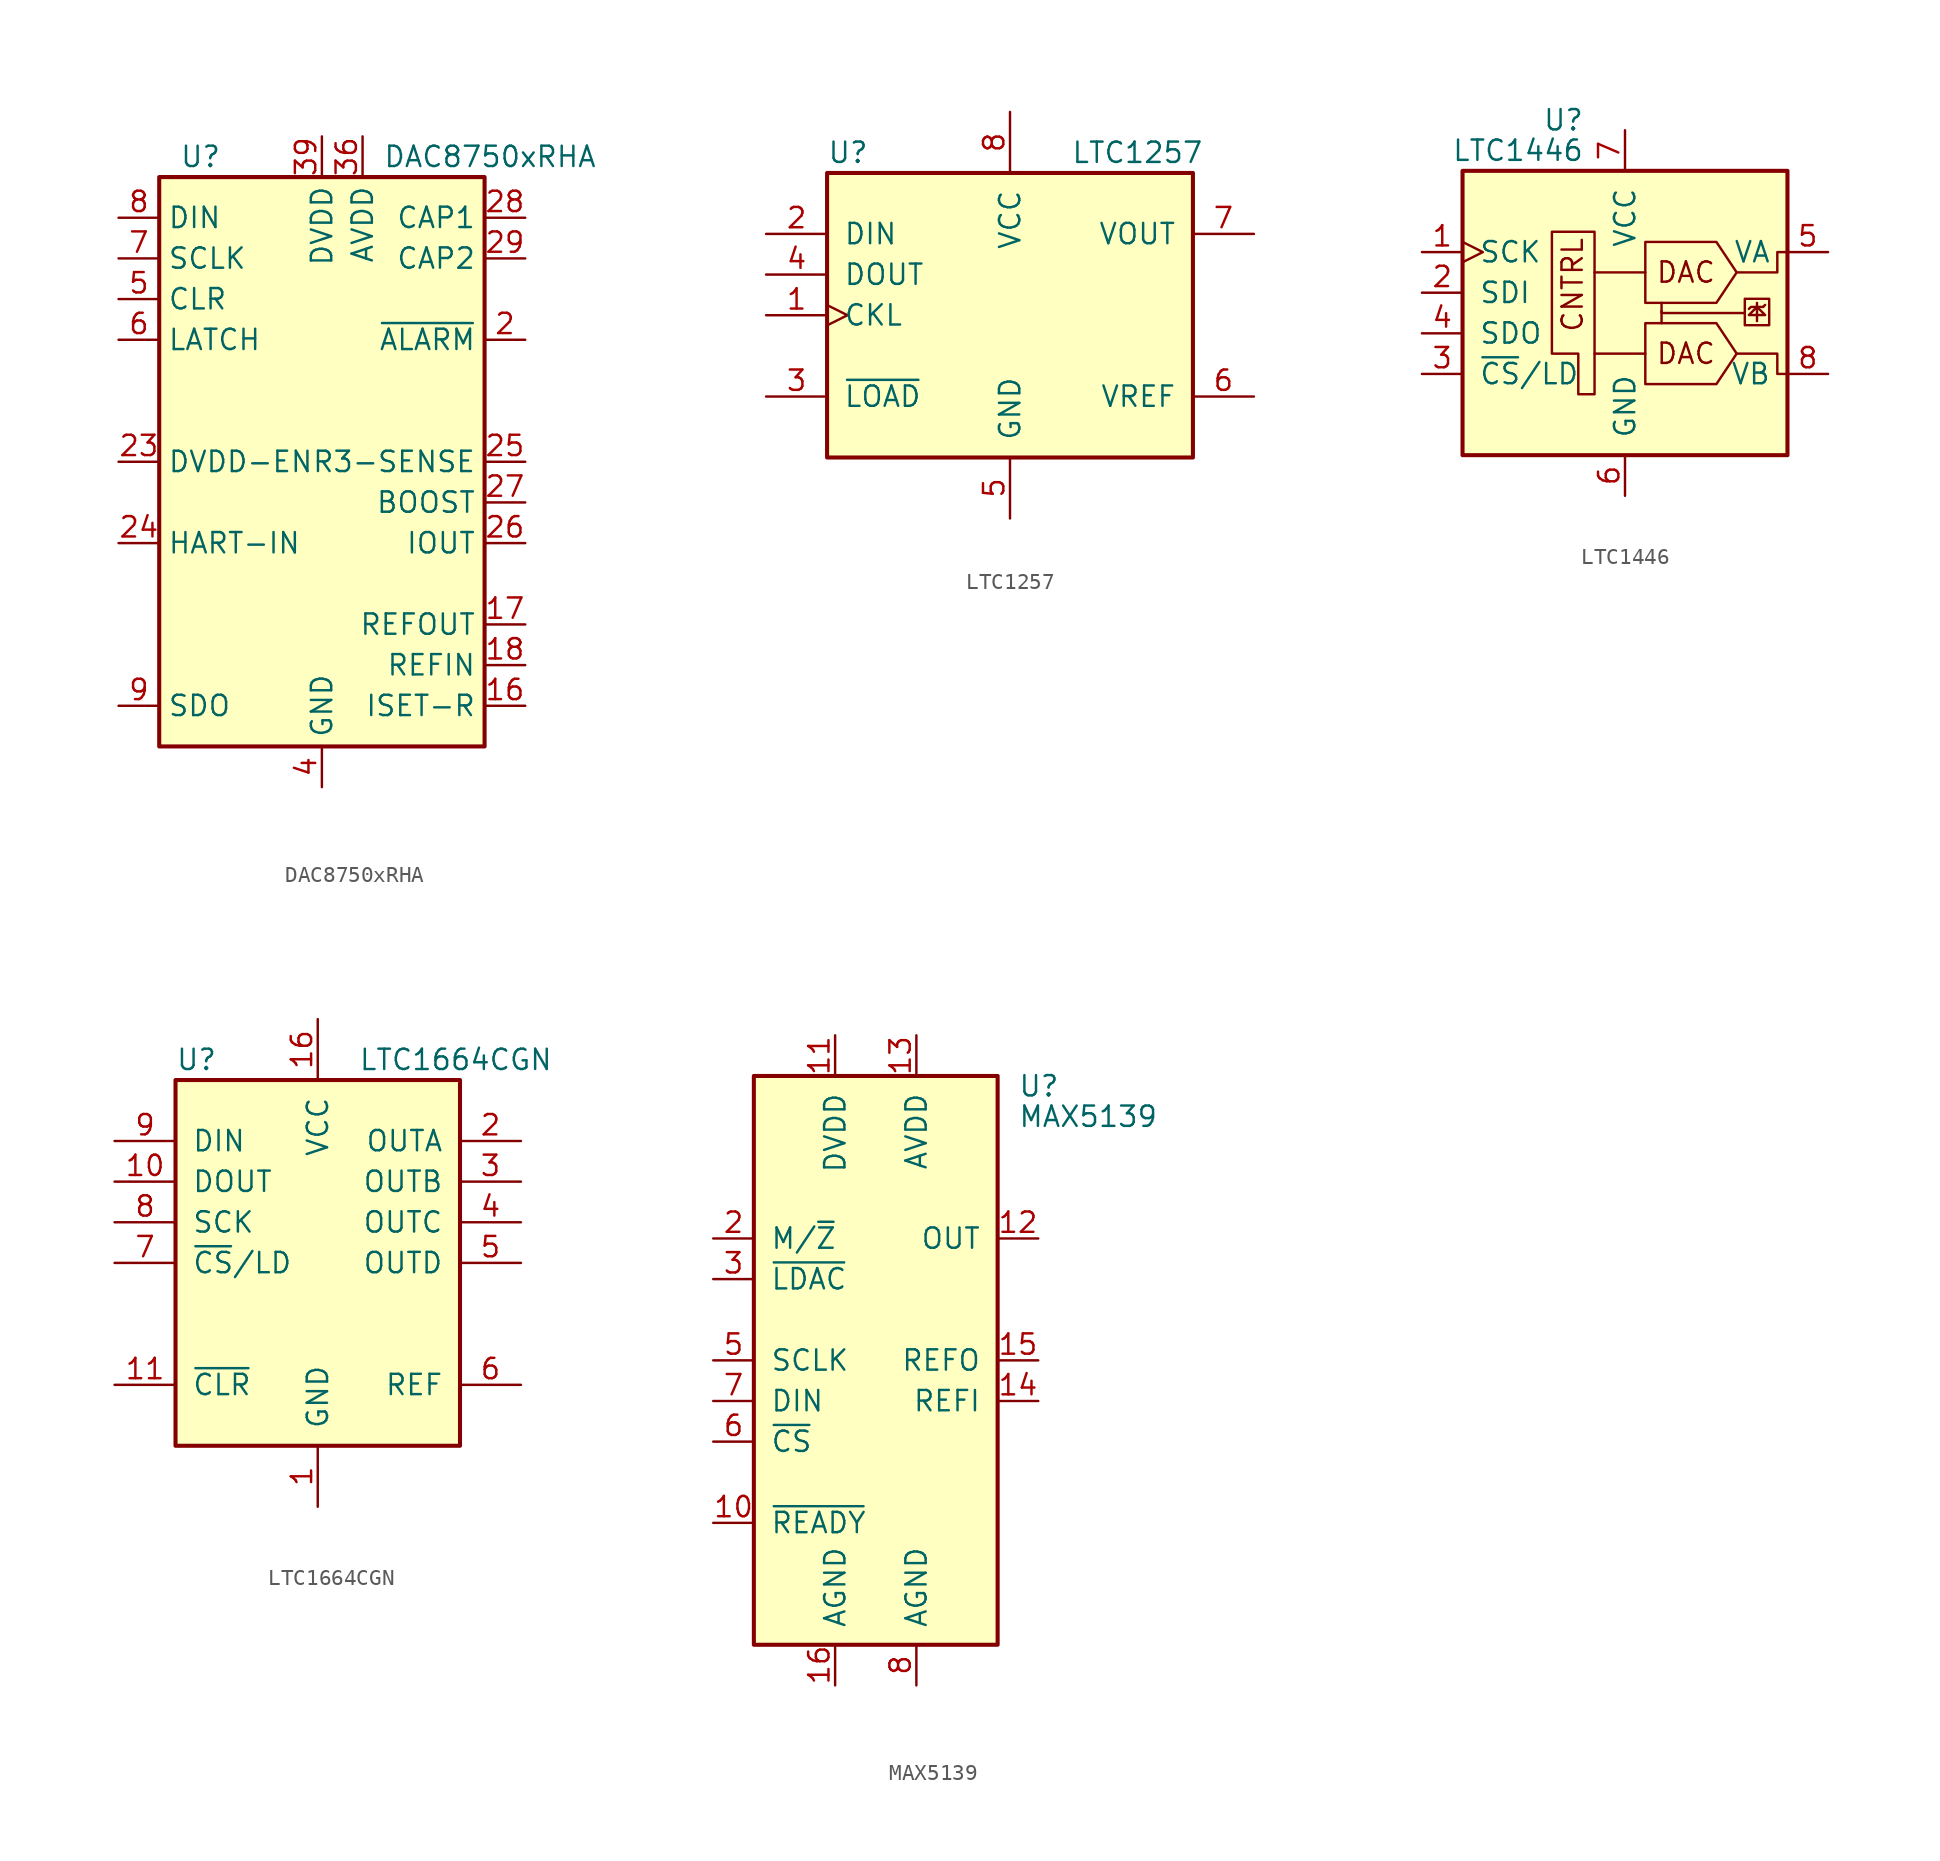
<source format=kicad_sym>
(kicad_symbol_lib
  (version 20220914)
  (generator kicad_symbol_editor)
  (symbol "DAC8750xRHA"
    (property "Reference" "U"
      (at -8.89 19.05 0)
      (effects (font (size 1.27 1.27)) (justify left)))
    (property "Value" "DAC8750xRHA"
      (at 3.81 19.05 0)
      (effects (font (size 1.27 1.27)) (justify left)))
    (symbol "DAC8750xRHA_1_1"
      (rectangle (start -10.16 17.78) (end 10.16 -17.78) (stroke (width 0.254) (type default)) (fill (type background)))
      (pin no_connect line (at -10.16 -2.54 0) (length 2.54) hide (name "NC" (effects (font (size 1.27 1.27)))) (number "1" (effects (font (size 1.27 1.27)))))
      (pin no_connect line (at -10.16 -12.7 0) (length 2.54) hide (name "NC" (effects (font (size 1.27 1.27)))) (number "10" (effects (font (size 1.27 1.27)))))
      (pin no_connect line (at -5.08 17.78 270) (length 2.54) hide (name "NC" (effects (font (size 1.27 1.27)))) (number "11" (effects (font (size 1.27 1.27)))))
      (pin passive line (at 0 -20.32 90) (length 2.54) hide (name "GND" (effects (font (size 1.27 1.27)))) (number "12" (effects (font (size 1.27 1.27)))))
      (pin passive line (at 0 -20.32 90) (length 2.54) hide (name "GND" (effects (font (size 1.27 1.27)))) (number "13" (effects (font (size 1.27 1.27)))))
      (pin passive line (at 0 -20.32 90) (length 2.54) hide (name "GND" (effects (font (size 1.27 1.27)))) (number "14" (effects (font (size 1.27 1.27)))))
      (pin passive line (at 0 -20.32 90) (length 2.54) hide (name "GND" (effects (font (size 1.27 1.27)))) (number "15" (effects (font (size 1.27 1.27)))))
      (pin passive line (at 12.7 -15.24 180) (length 2.54) (name "ISET-R" (effects (font (size 1.27 1.27)))) (number "16" (effects (font (size 1.27 1.27)))))
      (pin output line (at 12.7 -10.16 180) (length 2.54) (name "REFOUT" (effects (font (size 1.27 1.27)))) (number "17" (effects (font (size 1.27 1.27)))))
      (pin input line (at 12.7 -12.7 180) (length 2.54) (name "REFIN" (effects (font (size 1.27 1.27)))) (number "18" (effects (font (size 1.27 1.27)))))
      (pin no_connect line (at 10.16 -7.62 180) (length 2.54) hide (name "NC" (effects (font (size 1.27 1.27)))) (number "19" (effects (font (size 1.27 1.27)))))
      (pin open_collector line (at 12.7 7.62 180) (length 2.54) (name "~{ALARM}" (effects (font (size 1.27 1.27)))) (number "2" (effects (font (size 1.27 1.27)))))
      (pin no_connect line (at 10.16 10.16 180) (length 2.54) hide (name "NC" (effects (font (size 1.27 1.27)))) (number "20" (effects (font (size 1.27 1.27)))))
      (pin no_connect line (at -10.16 2.54 0) (length 2.54) hide (name "NC" (effects (font (size 1.27 1.27)))) (number "21" (effects (font (size 1.27 1.27)))))
      (pin no_connect line (at -2.54 17.78 270) (length 2.54) hide (name "NC" (effects (font (size 1.27 1.27)))) (number "22" (effects (font (size 1.27 1.27)))))
      (pin input line (at -12.7 0 0) (length 2.54) (name "DVDD-EN" (effects (font (size 1.27 1.27)))) (number "23" (effects (font (size 1.27 1.27)))))
      (pin input line (at -12.7 -5.08 0) (length 2.54) (name "HART-IN" (effects (font (size 1.27 1.27)))) (number "24" (effects (font (size 1.27 1.27)))))
      (pin output line (at 12.7 0 180) (length 2.54) (name "R3-SENSE" (effects (font (size 1.27 1.27)))) (number "25" (effects (font (size 1.27 1.27)))))
      (pin output line (at 12.7 -5.08 180) (length 2.54) (name "IOUT" (effects (font (size 1.27 1.27)))) (number "26" (effects (font (size 1.27 1.27)))))
      (pin output line (at 12.7 -2.54 180) (length 2.54) (name "BOOST" (effects (font (size 1.27 1.27)))) (number "27" (effects (font (size 1.27 1.27)))))
      (pin passive line (at 12.7 15.24 180) (length 2.54) (name "CAP1" (effects (font (size 1.27 1.27)))) (number "28" (effects (font (size 1.27 1.27)))))
      (pin passive line (at 12.7 12.7 180) (length 2.54) (name "CAP2" (effects (font (size 1.27 1.27)))) (number "29" (effects (font (size 1.27 1.27)))))
      (pin passive line (at 0 -20.32 90) (length 2.54) hide (name "GND" (effects (font (size 1.27 1.27)))) (number "3" (effects (font (size 1.27 1.27)))))
      (pin no_connect line (at -5.08 -17.78 90) (length 2.54) hide (name "NC" (effects (font (size 1.27 1.27)))) (number "30" (effects (font (size 1.27 1.27)))))
      (pin no_connect line (at -2.54 -17.78 90) (length 2.54) hide (name "NC" (effects (font (size 1.27 1.27)))) (number "31" (effects (font (size 1.27 1.27)))))
      (pin no_connect line (at 2.54 -17.78 90) (length 2.54) hide (name "NC" (effects (font (size 1.27 1.27)))) (number "32" (effects (font (size 1.27 1.27)))))
      (pin no_connect line (at 5.08 -17.78 90) (length 2.54) hide (name "NC" (effects (font (size 1.27 1.27)))) (number "33" (effects (font (size 1.27 1.27)))))
      (pin no_connect line (at 10.16 2.54 180) (length 2.54) hide (name "NC" (effects (font (size 1.27 1.27)))) (number "34" (effects (font (size 1.27 1.27)))))
      (pin no_connect line (at 10.16 5.08 180) (length 2.54) hide (name "NC" (effects (font (size 1.27 1.27)))) (number "35" (effects (font (size 1.27 1.27)))))
      (pin power_in line (at 2.54 20.32 270) (length 2.54) (name "AVDD" (effects (font (size 1.27 1.27)))) (number "36" (effects (font (size 1.27 1.27)))))
      (pin passive line (at 0 -20.32 90) (length 2.54) hide (name "GND" (effects (font (size 1.27 1.27)))) (number "37" (effects (font (size 1.27 1.27)))))
      (pin no_connect line (at -10.16 -10.16 0) (length 2.54) hide (name "NC" (effects (font (size 1.27 1.27)))) (number "38" (effects (font (size 1.27 1.27)))))
      (pin power_in line (at 0 20.32 270) (length 2.54) (name "DVDD" (effects (font (size 1.27 1.27)))) (number "39" (effects (font (size 1.27 1.27)))))
      (pin power_in line (at 0 -20.32 90) (length 2.54) (name "GND" (effects (font (size 1.27 1.27)))) (number "4" (effects (font (size 1.27 1.27)))))
      (pin no_connect line (at -10.16 -7.62 0) (length 2.54) hide (name "NC" (effects (font (size 1.27 1.27)))) (number "40" (effects (font (size 1.27 1.27)))))
      (pin passive line (at 0 -20.32 90) (length 2.54) hide (name "GND" (effects (font (size 1.27 1.27)))) (number "41" (effects (font (size 1.27 1.27)))))
      (pin input line (at -12.7 10.16 0) (length 2.54) (name "CLR" (effects (font (size 1.27 1.27)))) (number "5" (effects (font (size 1.27 1.27)))))
      (pin input line (at -12.7 7.62 0) (length 2.54) (name "LATCH" (effects (font (size 1.27 1.27)))) (number "6" (effects (font (size 1.27 1.27)))))
      (pin input line (at -12.7 12.7 0) (length 2.54) (name "SCLK" (effects (font (size 1.27 1.27)))) (number "7" (effects (font (size 1.27 1.27)))))
      (pin input line (at -12.7 15.24 0) (length 2.54) (name "DIN" (effects (font (size 1.27 1.27)))) (number "8" (effects (font (size 1.27 1.27)))))
      (pin output line (at -12.7 -15.24 0) (length 2.54) (name "SDO" (effects (font (size 1.27 1.27)))) (number "9" (effects (font (size 1.27 1.27)))))))
  (symbol "LTC1257"
    (pin_names
      (offset 1.016))
    (property "Reference" "U"
      (at -11.43 10.16 0)
      (effects (font (size 1.27 1.27)) (justify left)))
    (property "Value" "LTC1257"
      (at 3.81 10.16 0)
      (effects (font (size 1.27 1.27)) (justify left)))
    (symbol "LTC1257_0_1"
      (rectangle (start -11.43 8.89) (end 11.43 -8.89) (stroke (width 0.254) (type default)) (fill (type background))))
    (symbol "LTC1257_1_1"
      (pin input clock (at -15.24 0 0) (length 3.81) (name "CKL" (effects (font (size 1.27 1.27)))) (number "1" (effects (font (size 1.27 1.27)))))
      (pin input line (at -15.24 5.08 0) (length 3.81) (name "DIN" (effects (font (size 1.27 1.27)))) (number "2" (effects (font (size 1.27 1.27)))))
      (pin input line (at -15.24 -5.08 0) (length 3.81) (name "~{LOAD}" (effects (font (size 1.27 1.27)))) (number "3" (effects (font (size 1.27 1.27)))))
      (pin output line (at -15.24 2.54 0) (length 3.81) (name "DOUT" (effects (font (size 1.27 1.27)))) (number "4" (effects (font (size 1.27 1.27)))))
      (pin power_in line (at 0 -12.7 90) (length 3.81) (name "GND" (effects (font (size 1.27 1.27)))) (number "5" (effects (font (size 1.27 1.27)))))
      (pin bidirectional line (at 15.24 -5.08 180) (length 3.81) (name "VREF" (effects (font (size 1.27 1.27)))) (number "6" (effects (font (size 1.27 1.27)))))
      (pin output line (at 15.24 5.08 180) (length 3.81) (name "VOUT" (effects (font (size 1.27 1.27)))) (number "7" (effects (font (size 1.27 1.27)))))
      (pin power_in line (at 0 12.7 270) (length 3.81) (name "VCC" (effects (font (size 1.27 1.27)))) (number "8" (effects (font (size 1.27 1.27)))))))
  (symbol "LTC1446"
    (pin_names
      (offset 1.016))
    (property "Reference" "U"
      (at -2.54 10.795 0)
      (effects (font (size 1.27 1.27)) (justify right)))
    (property "Value" "LTC1446"
      (at -2.54 8.89 0)
      (effects (font (size 1.27 1.27)) (justify right)))
    (symbol "LTC1446_0_0"
      (polyline (pts (xy 2.286 -1.143) (xy 2.286 -1.905)) (stroke (width 0) (type default)) (fill (type none)))
      (polyline (pts (xy 8.255 -1.778) (xy 8.255 -0.635)) (stroke (width 0) (type default)) (fill (type none)))
      (polyline (pts (xy 8.636 -0.889) (xy 8.763 -0.762)) (stroke (width 0) (type default)) (fill (type none)))
      (polyline (pts (xy 7.493 -1.27) (xy 2.286 -1.27) (xy 2.286 -0.635)) (stroke (width 0) (type default)) (fill (type none)))
      (polyline (pts (xy 8.636 -0.889) (xy 7.874 -0.889) (xy 7.747 -1.016)) (stroke (width 0) (type default)) (fill (type none)))
      (polyline (pts (xy 6.985 -3.81) (xy 9.525 -3.81) (xy 9.525 -5.08) (xy 10.16 -5.08)) (stroke (width 0) (type default)) (fill (type none)))
      (polyline (pts (xy 6.985 1.27) (xy 9.525 1.27) (xy 9.525 2.54) (xy 10.16 2.54)) (stroke (width 0) (type default)) (fill (type none)))
      (polyline (pts (xy 8.255 -0.889) (xy 8.763 -1.397) (xy 7.747 -1.397) (xy 8.255 -0.889)) (stroke (width 0) (type default)) (fill (type none)))
      (rectangle (start 9.017 -0.381) (end 7.493 -2.032) (stroke (width 0) (type default)) (fill (type none)))
      (text "CNTRL" (at -2.54 -2.54 900) (effects (font (size 1.27 1.27)) (justify left bottom)))
      (text "DAC" (at 3.81 -3.81 0) (effects (font (size 1.27 1.27))))
      (text "DAC" (at 3.81 1.27 0) (effects (font (size 1.27 1.27)))))
    (symbol "LTC1446_0_1"
      (rectangle (start -10.16 7.62) (end 10.16 -10.16) (stroke (width 0.254) (type default)) (fill (type background)))
      (polyline (pts (xy 1.27 -3.81) (xy -1.905 -3.81)) (stroke (width 0) (type default)) (fill (type none)))
      (polyline (pts (xy 1.27 1.27) (xy -1.905 1.27)) (stroke (width 0) (type default)) (fill (type none)))
      (polyline (pts (xy 6.985 -3.81) (xy 5.715 -1.905) (xy 1.27 -1.905) (xy 1.27 -5.715) (xy 5.715 -5.715) (xy 6.985 -3.81)) (stroke (width 0) (type default)) (fill (type none)))
      (polyline (pts (xy 6.985 1.27) (xy 5.715 3.175) (xy 1.27 3.175) (xy 1.27 -0.635) (xy 5.715 -0.635) (xy 6.985 1.27)) (stroke (width 0) (type default)) (fill (type none)))
      (polyline (pts (xy -1.905 3.81) (xy -4.572 3.81) (xy -4.572 -3.81) (xy -2.921 -3.81) (xy -2.921 -6.35) (xy -1.905 -6.35) (xy -1.905 3.81)) (stroke (width 0) (type default)) (fill (type none))))
    (symbol "LTC1446_1_1"
      (pin input clock (at -12.7 2.54 0) (length 2.54) (name "SCK" (effects (font (size 1.27 1.27)))) (number "1" (effects (font (size 1.27 1.27)))))
      (pin input line (at -12.7 0 0) (length 2.54) (name "SDI" (effects (font (size 1.27 1.27)))) (number "2" (effects (font (size 1.27 1.27)))))
      (pin input line (at -12.7 -5.08 0) (length 2.54) (name "~{CS}/LD" (effects (font (size 1.27 1.27)))) (number "3" (effects (font (size 1.27 1.27)))))
      (pin output line (at -12.7 -2.54 0) (length 2.54) (name "SDO" (effects (font (size 1.27 1.27)))) (number "4" (effects (font (size 1.27 1.27)))))
      (pin output line (at 12.7 2.54 180) (length 2.54) (name "VA" (effects (font (size 1.27 1.27)))) (number "5" (effects (font (size 1.27 1.27)))))
      (pin power_in line (at 0 -12.7 90) (length 2.54) (name "GND" (effects (font (size 1.27 1.27)))) (number "6" (effects (font (size 1.27 1.27)))))
      (pin power_in line (at 0 10.16 270) (length 2.54) (name "VCC" (effects (font (size 1.27 1.27)))) (number "7" (effects (font (size 1.27 1.27)))))
      (pin output line (at 12.7 -5.08 180) (length 2.54) (name "VB" (effects (font (size 1.27 1.27)))) (number "8" (effects (font (size 1.27 1.27)))))))
  (symbol "LTC1664CGN"
    (pin_names
      (offset 1.016))
    (property "Reference" "U"
      (at -8.89 12.7 0)
      (effects (font (size 1.27 1.27)) (justify left)))
    (property "Value" "LTC1664CGN"
      (at 2.54 12.7 0)
      (effects (font (size 1.27 1.27)) (justify left)))
    (symbol "LTC1664CGN_0_1"
      (rectangle (start -8.89 11.43) (end 8.89 -11.43) (stroke (width 0.254) (type default)) (fill (type background))))
    (symbol "LTC1664CGN_1_1"
      (pin power_in line (at 0 -15.24 90) (length 3.81) (name "GND" (effects (font (size 1.27 1.27)))) (number "1" (effects (font (size 1.27 1.27)))))
      (pin output line (at -12.7 5.08 0) (length 3.81) (name "DOUT" (effects (font (size 1.27 1.27)))) (number "10" (effects (font (size 1.27 1.27)))))
      (pin input line (at -12.7 -7.62 0) (length 3.81) (name "~{CLR}" (effects (font (size 1.27 1.27)))) (number "11" (effects (font (size 1.27 1.27)))))
      (pin no_connect line (at -5.08 -11.43 90) (length 3.81) hide (name "NC" (effects (font (size 1.27 1.27)))) (number "12" (effects (font (size 1.27 1.27)))))
      (pin no_connect line (at -2.54 -11.43 90) (length 3.81) hide (name "NC" (effects (font (size 1.27 1.27)))) (number "13" (effects (font (size 1.27 1.27)))))
      (pin no_connect line (at 2.54 -11.43 90) (length 3.81) hide (name "NC" (effects (font (size 1.27 1.27)))) (number "14" (effects (font (size 1.27 1.27)))))
      (pin no_connect line (at 5.08 -11.43 90) (length 3.81) hide (name "NC" (effects (font (size 1.27 1.27)))) (number "15" (effects (font (size 1.27 1.27)))))
      (pin power_in line (at 0 15.24 270) (length 3.81) (name "VCC" (effects (font (size 1.27 1.27)))) (number "16" (effects (font (size 1.27 1.27)))))
      (pin output line (at 12.7 7.62 180) (length 3.81) (name "OUTA" (effects (font (size 1.27 1.27)))) (number "2" (effects (font (size 1.27 1.27)))))
      (pin output line (at 12.7 5.08 180) (length 3.81) (name "OUTB" (effects (font (size 1.27 1.27)))) (number "3" (effects (font (size 1.27 1.27)))))
      (pin output line (at 12.7 2.54 180) (length 3.81) (name "OUTC" (effects (font (size 1.27 1.27)))) (number "4" (effects (font (size 1.27 1.27)))))
      (pin output line (at 12.7 0 180) (length 3.81) (name "OUTD" (effects (font (size 1.27 1.27)))) (number "5" (effects (font (size 1.27 1.27)))))
      (pin input line (at 12.7 -7.62 180) (length 3.81) (name "REF" (effects (font (size 1.27 1.27)))) (number "6" (effects (font (size 1.27 1.27)))))
      (pin input line (at -12.7 0 0) (length 3.81) (name "~{CS}/LD" (effects (font (size 1.27 1.27)))) (number "7" (effects (font (size 1.27 1.27)))))
      (pin input line (at -12.7 2.54 0) (length 3.81) (name "SCK" (effects (font (size 1.27 1.27)))) (number "8" (effects (font (size 1.27 1.27)))))
      (pin input line (at -12.7 7.62 0) (length 3.81) (name "DIN" (effects (font (size 1.27 1.27)))) (number "9" (effects (font (size 1.27 1.27)))))))
  (symbol "MAX5139"
    (pin_names
      (offset 1.016))
    (property "Reference" "U"
      (at 8.89 17.145 0)
      (effects (font (size 1.27 1.27)) (justify left)))
    (property "Value" "MAX5139"
      (at 8.89 15.24 0)
      (effects (font (size 1.27 1.27)) (justify left)))
    (symbol "MAX5139_0_1"
      (rectangle (start -7.62 17.78) (end 7.62 -17.78) (stroke (width 0.254) (type default)) (fill (type background))))
    (symbol "MAX5139_1_1"
      (pin no_connect line (at 7.62 -10.16 180) (length 2.54) hide (name "NC" (effects (font (size 1.27 1.27)))) (number "1" (effects (font (size 1.27 1.27)))))
      (pin output line (at -10.16 -10.16 0) (length 2.54) (name "~{READY}" (effects (font (size 1.27 1.27)))) (number "10" (effects (font (size 1.27 1.27)))))
      (pin power_in line (at -2.54 20.32 270) (length 2.54) (name "DVDD" (effects (font (size 1.27 1.27)))) (number "11" (effects (font (size 1.27 1.27)))))
      (pin output line (at 10.16 7.62 180) (length 2.54) (name "OUT" (effects (font (size 1.27 1.27)))) (number "12" (effects (font (size 1.27 1.27)))))
      (pin power_in line (at 2.54 20.32 270) (length 2.54) (name "AVDD" (effects (font (size 1.27 1.27)))) (number "13" (effects (font (size 1.27 1.27)))))
      (pin input line (at 10.16 -2.54 180) (length 2.54) (name "REFI" (effects (font (size 1.27 1.27)))) (number "14" (effects (font (size 1.27 1.27)))))
      (pin output line (at 10.16 0 180) (length 2.54) (name "REFO" (effects (font (size 1.27 1.27)))) (number "15" (effects (font (size 1.27 1.27)))))
      (pin power_in line (at -2.54 -20.32 90) (length 2.54) (name "AGND" (effects (font (size 1.27 1.27)))) (number "16" (effects (font (size 1.27 1.27)))))
      (pin input line (at -10.16 7.62 0) (length 2.54) (name "M/~{Z}" (effects (font (size 1.27 1.27)))) (number "2" (effects (font (size 1.27 1.27)))))
      (pin input line (at -10.16 5.08 0) (length 2.54) (name "~{LDAC}" (effects (font (size 1.27 1.27)))) (number "3" (effects (font (size 1.27 1.27)))))
      (pin no_connect line (at 7.62 -7.62 180) (length 2.54) hide (name "NC" (effects (font (size 1.27 1.27)))) (number "4" (effects (font (size 1.27 1.27)))))
      (pin input line (at -10.16 0 0) (length 2.54) (name "SCLK" (effects (font (size 1.27 1.27)))) (number "5" (effects (font (size 1.27 1.27)))))
      (pin input line (at -10.16 -5.08 0) (length 2.54) (name "~{CS}" (effects (font (size 1.27 1.27)))) (number "6" (effects (font (size 1.27 1.27)))))
      (pin input line (at -10.16 -2.54 0) (length 2.54) (name "DIN" (effects (font (size 1.27 1.27)))) (number "7" (effects (font (size 1.27 1.27)))))
      (pin power_in line (at 2.54 -20.32 90) (length 2.54) (name "AGND" (effects (font (size 1.27 1.27)))) (number "8" (effects (font (size 1.27 1.27)))))
      (pin no_connect line (at 7.62 -5.08 180) (length 2.54) hide (name "NC" (effects (font (size 1.27 1.27)))) (number "9" (effects (font (size 1.27 1.27))))))))
</source>
